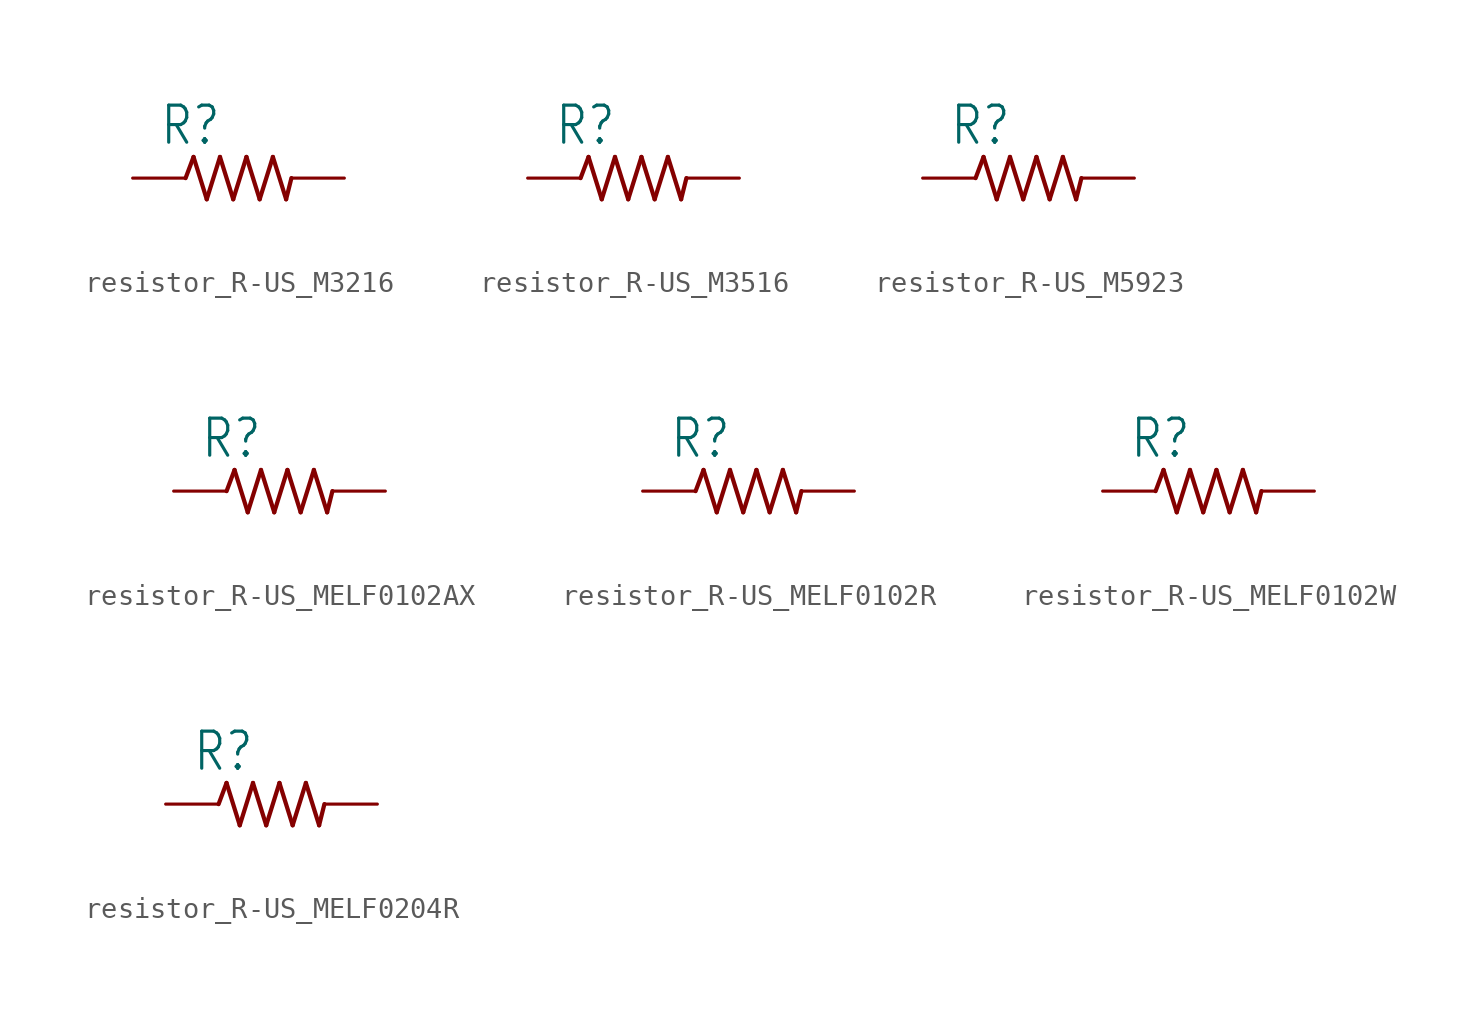
<source format=kicad_sym>
(kicad_symbol_lib
  (version 20231120)
  (generator "kicad_symbol_editor")
  (generator_version "8.0")
  (symbol "resistor_R-US_M3216"
    (property "Reference" "R"
      (at -3.81 1.499 0)
      (effects (font (size 1.778 1.511)) (justify left bottom)))
    (property "Value" ""
      (at -3.81 -3.302 0)
      (effects (font (size 1.778 1.511)) (justify left bottom)))
    (property "ki_locked" ""
      (at 0 0 0)
      (effects (font (size 1.27 1.27))))
    (symbol "resistor_R-US_M3216_1_0"
      (polyline (pts (xy -2.54 0) (xy -2.159 1.016)) (stroke (width 0.203) (type solid)) (fill (type none)))
      (polyline (pts (xy -2.159 1.016) (xy -1.524 -1.016)) (stroke (width 0.203) (type solid)) (fill (type none)))
      (polyline (pts (xy -1.524 -1.016) (xy -0.889 1.016)) (stroke (width 0.203) (type solid)) (fill (type none)))
      (polyline (pts (xy -0.889 1.016) (xy -0.254 -1.016)) (stroke (width 0.203) (type solid)) (fill (type none)))
      (polyline (pts (xy -0.254 -1.016) (xy 0.381 1.016)) (stroke (width 0.203) (type solid)) (fill (type none)))
      (polyline (pts (xy 0.381 1.016) (xy 1.016 -1.016)) (stroke (width 0.203) (type solid)) (fill (type none)))
      (polyline (pts (xy 1.016 -1.016) (xy 1.651 1.016)) (stroke (width 0.203) (type solid)) (fill (type none)))
      (polyline (pts (xy 1.651 1.016) (xy 2.286 -1.016)) (stroke (width 0.203) (type solid)) (fill (type none)))
      (polyline (pts (xy 2.286 -1.016) (xy 2.54 0)) (stroke (width 0.203) (type solid)) (fill (type none)))
      (pin passive line (at -5.08 0 0) (length 2.54) (name "1" (effects (font (size 0 0)))) (number "1" (effects (font (size 0 0)))))
      (pin passive line (at 5.08 0 180) (length 2.54) (name "2" (effects (font (size 0 0)))) (number "2" (effects (font (size 0 0)))))))
  (symbol "resistor_R-US_M3516"
    (property "Reference" "R"
      (at -3.81 1.499 0)
      (effects (font (size 1.778 1.511)) (justify left bottom)))
    (property "Value" ""
      (at -3.81 -3.302 0)
      (effects (font (size 1.778 1.511)) (justify left bottom)))
    (property "ki_locked" ""
      (at 0 0 0)
      (effects (font (size 1.27 1.27))))
    (symbol "resistor_R-US_M3516_1_0"
      (polyline (pts (xy -2.54 0) (xy -2.159 1.016)) (stroke (width 0.203) (type solid)) (fill (type none)))
      (polyline (pts (xy -2.159 1.016) (xy -1.524 -1.016)) (stroke (width 0.203) (type solid)) (fill (type none)))
      (polyline (pts (xy -1.524 -1.016) (xy -0.889 1.016)) (stroke (width 0.203) (type solid)) (fill (type none)))
      (polyline (pts (xy -0.889 1.016) (xy -0.254 -1.016)) (stroke (width 0.203) (type solid)) (fill (type none)))
      (polyline (pts (xy -0.254 -1.016) (xy 0.381 1.016)) (stroke (width 0.203) (type solid)) (fill (type none)))
      (polyline (pts (xy 0.381 1.016) (xy 1.016 -1.016)) (stroke (width 0.203) (type solid)) (fill (type none)))
      (polyline (pts (xy 1.016 -1.016) (xy 1.651 1.016)) (stroke (width 0.203) (type solid)) (fill (type none)))
      (polyline (pts (xy 1.651 1.016) (xy 2.286 -1.016)) (stroke (width 0.203) (type solid)) (fill (type none)))
      (polyline (pts (xy 2.286 -1.016) (xy 2.54 0)) (stroke (width 0.203) (type solid)) (fill (type none)))
      (pin passive line (at -5.08 0 0) (length 2.54) (name "1" (effects (font (size 0 0)))) (number "1" (effects (font (size 0 0)))))
      (pin passive line (at 5.08 0 180) (length 2.54) (name "2" (effects (font (size 0 0)))) (number "2" (effects (font (size 0 0)))))))
  (symbol "resistor_R-US_M5923"
    (property "Reference" "R"
      (at -3.81 1.499 0)
      (effects (font (size 1.778 1.511)) (justify left bottom)))
    (property "Value" ""
      (at -3.81 -3.302 0)
      (effects (font (size 1.778 1.511)) (justify left bottom)))
    (property "ki_locked" ""
      (at 0 0 0)
      (effects (font (size 1.27 1.27))))
    (symbol "resistor_R-US_M5923_1_0"
      (polyline (pts (xy -2.54 0) (xy -2.159 1.016)) (stroke (width 0.203) (type solid)) (fill (type none)))
      (polyline (pts (xy -2.159 1.016) (xy -1.524 -1.016)) (stroke (width 0.203) (type solid)) (fill (type none)))
      (polyline (pts (xy -1.524 -1.016) (xy -0.889 1.016)) (stroke (width 0.203) (type solid)) (fill (type none)))
      (polyline (pts (xy -0.889 1.016) (xy -0.254 -1.016)) (stroke (width 0.203) (type solid)) (fill (type none)))
      (polyline (pts (xy -0.254 -1.016) (xy 0.381 1.016)) (stroke (width 0.203) (type solid)) (fill (type none)))
      (polyline (pts (xy 0.381 1.016) (xy 1.016 -1.016)) (stroke (width 0.203) (type solid)) (fill (type none)))
      (polyline (pts (xy 1.016 -1.016) (xy 1.651 1.016)) (stroke (width 0.203) (type solid)) (fill (type none)))
      (polyline (pts (xy 1.651 1.016) (xy 2.286 -1.016)) (stroke (width 0.203) (type solid)) (fill (type none)))
      (polyline (pts (xy 2.286 -1.016) (xy 2.54 0)) (stroke (width 0.203) (type solid)) (fill (type none)))
      (pin passive line (at -5.08 0 0) (length 2.54) (name "1" (effects (font (size 0 0)))) (number "1" (effects (font (size 0 0)))))
      (pin passive line (at 5.08 0 180) (length 2.54) (name "2" (effects (font (size 0 0)))) (number "2" (effects (font (size 0 0)))))))
  (symbol "resistor_R-US_MELF0102AX"
    (property "Reference" "R"
      (at -3.81 1.499 0)
      (effects (font (size 1.778 1.511)) (justify left bottom)))
    (property "Value" ""
      (at -3.81 -3.302 0)
      (effects (font (size 1.778 1.511)) (justify left bottom)))
    (property "ki_locked" ""
      (at 0 0 0)
      (effects (font (size 1.27 1.27))))
    (symbol "resistor_R-US_MELF0102AX_1_0"
      (polyline (pts (xy -2.54 0) (xy -2.159 1.016)) (stroke (width 0.203) (type solid)) (fill (type none)))
      (polyline (pts (xy -2.159 1.016) (xy -1.524 -1.016)) (stroke (width 0.203) (type solid)) (fill (type none)))
      (polyline (pts (xy -1.524 -1.016) (xy -0.889 1.016)) (stroke (width 0.203) (type solid)) (fill (type none)))
      (polyline (pts (xy -0.889 1.016) (xy -0.254 -1.016)) (stroke (width 0.203) (type solid)) (fill (type none)))
      (polyline (pts (xy -0.254 -1.016) (xy 0.381 1.016)) (stroke (width 0.203) (type solid)) (fill (type none)))
      (polyline (pts (xy 0.381 1.016) (xy 1.016 -1.016)) (stroke (width 0.203) (type solid)) (fill (type none)))
      (polyline (pts (xy 1.016 -1.016) (xy 1.651 1.016)) (stroke (width 0.203) (type solid)) (fill (type none)))
      (polyline (pts (xy 1.651 1.016) (xy 2.286 -1.016)) (stroke (width 0.203) (type solid)) (fill (type none)))
      (polyline (pts (xy 2.286 -1.016) (xy 2.54 0)) (stroke (width 0.203) (type solid)) (fill (type none)))
      (pin passive line (at -5.08 0 0) (length 2.54) (name "1" (effects (font (size 0 0)))) (number "1" (effects (font (size 0 0)))))
      (pin passive line (at 5.08 0 180) (length 2.54) (name "2" (effects (font (size 0 0)))) (number "2" (effects (font (size 0 0)))))))
  (symbol "resistor_R-US_MELF0102R"
    (property "Reference" "R"
      (at -3.81 1.499 0)
      (effects (font (size 1.778 1.511)) (justify left bottom)))
    (property "Value" ""
      (at -3.81 -3.302 0)
      (effects (font (size 1.778 1.511)) (justify left bottom)))
    (property "ki_locked" ""
      (at 0 0 0)
      (effects (font (size 1.27 1.27))))
    (symbol "resistor_R-US_MELF0102R_1_0"
      (polyline (pts (xy -2.54 0) (xy -2.159 1.016)) (stroke (width 0.203) (type solid)) (fill (type none)))
      (polyline (pts (xy -2.159 1.016) (xy -1.524 -1.016)) (stroke (width 0.203) (type solid)) (fill (type none)))
      (polyline (pts (xy -1.524 -1.016) (xy -0.889 1.016)) (stroke (width 0.203) (type solid)) (fill (type none)))
      (polyline (pts (xy -0.889 1.016) (xy -0.254 -1.016)) (stroke (width 0.203) (type solid)) (fill (type none)))
      (polyline (pts (xy -0.254 -1.016) (xy 0.381 1.016)) (stroke (width 0.203) (type solid)) (fill (type none)))
      (polyline (pts (xy 0.381 1.016) (xy 1.016 -1.016)) (stroke (width 0.203) (type solid)) (fill (type none)))
      (polyline (pts (xy 1.016 -1.016) (xy 1.651 1.016)) (stroke (width 0.203) (type solid)) (fill (type none)))
      (polyline (pts (xy 1.651 1.016) (xy 2.286 -1.016)) (stroke (width 0.203) (type solid)) (fill (type none)))
      (polyline (pts (xy 2.286 -1.016) (xy 2.54 0)) (stroke (width 0.203) (type solid)) (fill (type none)))
      (pin passive line (at -5.08 0 0) (length 2.54) (name "1" (effects (font (size 0 0)))) (number "1" (effects (font (size 0 0)))))
      (pin passive line (at 5.08 0 180) (length 2.54) (name "2" (effects (font (size 0 0)))) (number "2" (effects (font (size 0 0)))))))
  (symbol "resistor_R-US_MELF0102W"
    (property "Reference" "R"
      (at -3.81 1.499 0)
      (effects (font (size 1.778 1.511)) (justify left bottom)))
    (property "Value" ""
      (at -3.81 -3.302 0)
      (effects (font (size 1.778 1.511)) (justify left bottom)))
    (property "ki_locked" ""
      (at 0 0 0)
      (effects (font (size 1.27 1.27))))
    (symbol "resistor_R-US_MELF0102W_1_0"
      (polyline (pts (xy -2.54 0) (xy -2.159 1.016)) (stroke (width 0.203) (type solid)) (fill (type none)))
      (polyline (pts (xy -2.159 1.016) (xy -1.524 -1.016)) (stroke (width 0.203) (type solid)) (fill (type none)))
      (polyline (pts (xy -1.524 -1.016) (xy -0.889 1.016)) (stroke (width 0.203) (type solid)) (fill (type none)))
      (polyline (pts (xy -0.889 1.016) (xy -0.254 -1.016)) (stroke (width 0.203) (type solid)) (fill (type none)))
      (polyline (pts (xy -0.254 -1.016) (xy 0.381 1.016)) (stroke (width 0.203) (type solid)) (fill (type none)))
      (polyline (pts (xy 0.381 1.016) (xy 1.016 -1.016)) (stroke (width 0.203) (type solid)) (fill (type none)))
      (polyline (pts (xy 1.016 -1.016) (xy 1.651 1.016)) (stroke (width 0.203) (type solid)) (fill (type none)))
      (polyline (pts (xy 1.651 1.016) (xy 2.286 -1.016)) (stroke (width 0.203) (type solid)) (fill (type none)))
      (polyline (pts (xy 2.286 -1.016) (xy 2.54 0)) (stroke (width 0.203) (type solid)) (fill (type none)))
      (pin passive line (at -5.08 0 0) (length 2.54) (name "1" (effects (font (size 0 0)))) (number "1" (effects (font (size 0 0)))))
      (pin passive line (at 5.08 0 180) (length 2.54) (name "2" (effects (font (size 0 0)))) (number "2" (effects (font (size 0 0)))))))
  (symbol "resistor_R-US_MELF0204R"
    (property "Reference" "R"
      (at -3.81 1.499 0)
      (effects (font (size 1.778 1.511)) (justify left bottom)))
    (property "Value" ""
      (at -3.81 -3.302 0)
      (effects (font (size 1.778 1.511)) (justify left bottom)))
    (property "ki_locked" ""
      (at 0 0 0)
      (effects (font (size 1.27 1.27))))
    (symbol "resistor_R-US_MELF0204R_1_0"
      (polyline (pts (xy -2.54 0) (xy -2.159 1.016)) (stroke (width 0.203) (type solid)) (fill (type none)))
      (polyline (pts (xy -2.159 1.016) (xy -1.524 -1.016)) (stroke (width 0.203) (type solid)) (fill (type none)))
      (polyline (pts (xy -1.524 -1.016) (xy -0.889 1.016)) (stroke (width 0.203) (type solid)) (fill (type none)))
      (polyline (pts (xy -0.889 1.016) (xy -0.254 -1.016)) (stroke (width 0.203) (type solid)) (fill (type none)))
      (polyline (pts (xy -0.254 -1.016) (xy 0.381 1.016)) (stroke (width 0.203) (type solid)) (fill (type none)))
      (polyline (pts (xy 0.381 1.016) (xy 1.016 -1.016)) (stroke (width 0.203) (type solid)) (fill (type none)))
      (polyline (pts (xy 1.016 -1.016) (xy 1.651 1.016)) (stroke (width 0.203) (type solid)) (fill (type none)))
      (polyline (pts (xy 1.651 1.016) (xy 2.286 -1.016)) (stroke (width 0.203) (type solid)) (fill (type none)))
      (polyline (pts (xy 2.286 -1.016) (xy 2.54 0)) (stroke (width 0.203) (type solid)) (fill (type none)))
      (pin passive line (at -5.08 0 0) (length 2.54) (name "1" (effects (font (size 0 0)))) (number "1" (effects (font (size 0 0)))))
      (pin passive line (at 5.08 0 180) (length 2.54) (name "2" (effects (font (size 0 0)))) (number "2" (effects (font (size 0 0))))))))
</source>
